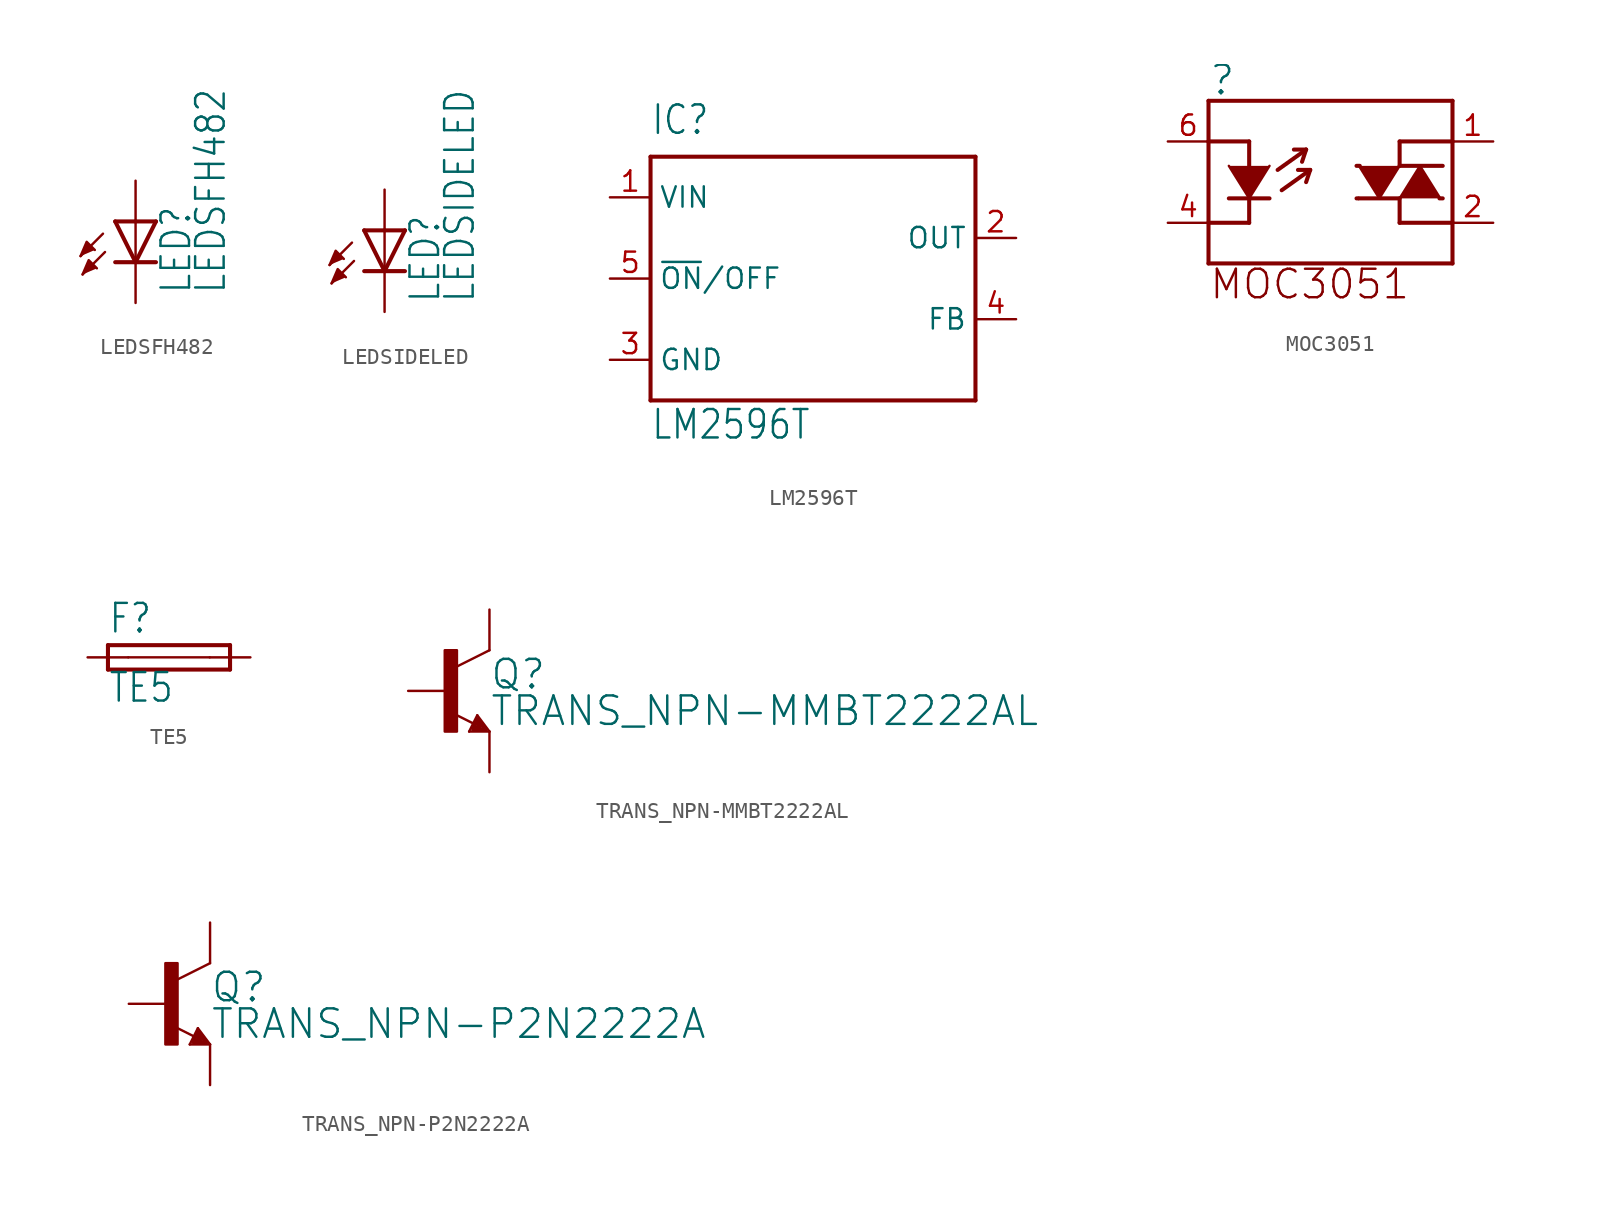
<source format=kicad_sym>
(kicad_symbol_lib
  (version 20220331)
  (generator kicad_symbol_editor)
  (symbol "LEDSFH482"
    (property "Reference" "LED"
      (at 3.556 -4.572 90)
      (effects (font (size 1.778 1.511)) (justify left bottom)))
    (property "Value" "LEDSFH482"
      (at 5.715 -4.572 90)
      (effects (font (size 1.778 1.511)) (justify left bottom)))
    (property "ki_locked" ""
      (at 0 0 0)
      (effects (font (size 1.27 1.27))))
    (symbol "LEDSFH482_1_0"
      (polyline (pts (xy -2.032 -0.762) (xy -3.429 -2.159)) (stroke (width 0.152) (type solid)) (fill (type none)))
      (polyline (pts (xy -1.905 -1.905) (xy -3.302 -3.302)) (stroke (width 0.152) (type solid)) (fill (type none)))
      (polyline (pts (xy 0 -2.54) (xy -1.27 -2.54)) (stroke (width 0.254) (type solid)) (fill (type none)))
      (polyline (pts (xy 0 -2.54) (xy -1.27 0)) (stroke (width 0.254) (type solid)) (fill (type none)))
      (polyline (pts (xy 0 0) (xy -1.27 0)) (stroke (width 0.254) (type solid)) (fill (type none)))
      (polyline (pts (xy 0 0) (xy 0 -2.54)) (stroke (width 0.152) (type solid)) (fill (type none)))
      (polyline (pts (xy 1.27 -2.54) (xy 0 -2.54)) (stroke (width 0.254) (type solid)) (fill (type none)))
      (polyline (pts (xy 1.27 0) (xy 0 -2.54)) (stroke (width 0.254) (type solid)) (fill (type none)))
      (polyline (pts (xy 1.27 0) (xy 0 0)) (stroke (width 0.254) (type solid)) (fill (type none)))
      (polyline (pts (xy -3.429 -2.159) (xy -3.048 -1.27) (xy -2.54 -1.778)) (stroke (width 0) (type default)) (fill (type outline)))
      (polyline (pts (xy -3.302 -3.302) (xy -2.921 -2.413) (xy -2.413 -2.921)) (stroke (width 0) (type default)) (fill (type outline)))
      (pin passive line (at 0 2.54 270) (length 2.54) (name "A" (effects (font (size 0 0)))) (number "A" (effects (font (size 0 0)))))
      (pin passive line (at 0 -5.08 90) (length 2.54) (name "C" (effects (font (size 0 0)))) (number "K" (effects (font (size 0 0)))))))
  (symbol "LEDSIDELED"
    (property "Reference" "LED"
      (at 3.556 -4.572 90)
      (effects (font (size 1.778 1.511)) (justify left bottom)))
    (property "Value" "LEDSIDELED"
      (at 5.715 -4.572 90)
      (effects (font (size 1.778 1.511)) (justify left bottom)))
    (property "ki_locked" ""
      (at 0 0 0)
      (effects (font (size 1.27 1.27))))
    (symbol "LEDSIDELED_1_0"
      (polyline (pts (xy -2.032 -0.762) (xy -3.429 -2.159)) (stroke (width 0.152) (type solid)) (fill (type none)))
      (polyline (pts (xy -1.905 -1.905) (xy -3.302 -3.302)) (stroke (width 0.152) (type solid)) (fill (type none)))
      (polyline (pts (xy 0 -2.54) (xy -1.27 -2.54)) (stroke (width 0.254) (type solid)) (fill (type none)))
      (polyline (pts (xy 0 -2.54) (xy -1.27 0)) (stroke (width 0.254) (type solid)) (fill (type none)))
      (polyline (pts (xy 0 0) (xy -1.27 0)) (stroke (width 0.254) (type solid)) (fill (type none)))
      (polyline (pts (xy 0 0) (xy 0 -2.54)) (stroke (width 0.152) (type solid)) (fill (type none)))
      (polyline (pts (xy 1.27 -2.54) (xy 0 -2.54)) (stroke (width 0.254) (type solid)) (fill (type none)))
      (polyline (pts (xy 1.27 0) (xy 0 -2.54)) (stroke (width 0.254) (type solid)) (fill (type none)))
      (polyline (pts (xy 1.27 0) (xy 0 0)) (stroke (width 0.254) (type solid)) (fill (type none)))
      (polyline (pts (xy -3.429 -2.159) (xy -3.048 -1.27) (xy -2.54 -1.778)) (stroke (width 0) (type default)) (fill (type outline)))
      (polyline (pts (xy -3.302 -3.302) (xy -2.921 -2.413) (xy -2.413 -2.921)) (stroke (width 0) (type default)) (fill (type outline)))
      (pin passive line (at 0 2.54 270) (length 2.54) (name "A" (effects (font (size 0 0)))) (number "A" (effects (font (size 0 0)))))
      (pin passive line (at 0 -5.08 90) (length 2.54) (name "C" (effects (font (size 0 0)))) (number "C" (effects (font (size 0 0)))))))
  (symbol "LM2596T"
    (property "Reference" "IC"
      (at -10.16 8.89 0)
      (effects (font (size 1.778 1.511)) (justify left bottom)))
    (property "Value" "LM2596T"
      (at -10.16 -10.16 0)
      (effects (font (size 1.778 1.511)) (justify left bottom)))
    (property "ki_locked" ""
      (at 0 0 0)
      (effects (font (size 1.27 1.27))))
    (symbol "LM2596T_1_0"
      (polyline (pts (xy -10.16 -7.62) (xy -10.16 7.62)) (stroke (width 0.254) (type solid)) (fill (type none)))
      (polyline (pts (xy -10.16 7.62) (xy 10.16 7.62)) (stroke (width 0.254) (type solid)) (fill (type none)))
      (polyline (pts (xy 10.16 -7.62) (xy -10.16 -7.62)) (stroke (width 0.254) (type solid)) (fill (type none)))
      (polyline (pts (xy 10.16 7.62) (xy 10.16 -7.62)) (stroke (width 0.254) (type solid)) (fill (type none)))
      (pin input line (at -12.7 5.08 0) (length 2.54) (name "VIN" (effects (font (size 1.27 1.27)))) (number "1" (effects (font (size 1.27 1.27)))))
      (pin output line (at 12.7 2.54 180) (length 2.54) (name "OUT" (effects (font (size 1.27 1.27)))) (number "2" (effects (font (size 1.27 1.27)))))
      (pin power_in line (at -12.7 -5.08 0) (length 2.54) (name "GND" (effects (font (size 1.27 1.27)))) (number "3" (effects (font (size 1.27 1.27)))))
      (pin input line (at 12.7 -2.54 180) (length 2.54) (name "FB" (effects (font (size 1.27 1.27)))) (number "4" (effects (font (size 1.27 1.27)))))
      (pin input line (at -12.7 0 0) (length 2.54) (name "~{ON}/OFF" (effects (font (size 1.27 1.27)))) (number "5" (effects (font (size 1.27 1.27)))))))
  (symbol "MOC3051"
    (property "Reference" ""
      (at -7.62 5.334 0)
      (effects (font (size 1.778 1.778)) (justify left bottom)))
    (property "ki_locked" ""
      (at 0 0 0)
      (effects (font (size 1.27 1.27))))
    (symbol "MOC3051_1_0"
      (polyline (pts (xy -7.62 -5.08) (xy -7.62 -2.54)) (stroke (width 0.254) (type solid)) (fill (type none)))
      (polyline (pts (xy -7.62 -2.54) (xy -7.62 2.54)) (stroke (width 0.254) (type solid)) (fill (type none)))
      (polyline (pts (xy -7.62 2.54) (xy -7.62 5.08)) (stroke (width 0.254) (type solid)) (fill (type none)))
      (polyline (pts (xy -7.62 2.54) (xy -5.08 2.54)) (stroke (width 0.254) (type solid)) (fill (type none)))
      (polyline (pts (xy -7.62 5.08) (xy 7.62 5.08)) (stroke (width 0.254) (type solid)) (fill (type none)))
      (polyline (pts (xy -6.35 -1.016) (xy -5.08 -1.016)) (stroke (width 0.254) (type solid)) (fill (type none)))
      (polyline (pts (xy -5.08 -2.54) (xy -7.62 -2.54)) (stroke (width 0.254) (type solid)) (fill (type none)))
      (polyline (pts (xy -5.08 -2.54) (xy -5.08 -1.016)) (stroke (width 0.254) (type solid)) (fill (type none)))
      (polyline (pts (xy -5.08 -1.016) (xy -5.08 2.54)) (stroke (width 0.254) (type solid)) (fill (type none)))
      (polyline (pts (xy -5.08 -1.016) (xy -3.81 -1.016)) (stroke (width 0.254) (type solid)) (fill (type none)))
      (polyline (pts (xy -3.302 0.762) (xy -1.524 2.032)) (stroke (width 0.254) (type solid)) (fill (type none)))
      (polyline (pts (xy -3.048 -0.508) (xy -1.27 0.762)) (stroke (width 0.254) (type solid)) (fill (type none)))
      (polyline (pts (xy -1.524 2.032) (xy -2.286 2.032)) (stroke (width 0.254) (type solid)) (fill (type none)))
      (polyline (pts (xy -1.524 2.032) (xy -1.778 1.27)) (stroke (width 0.254) (type solid)) (fill (type none)))
      (polyline (pts (xy -1.27 0.762) (xy -2.032 0.762)) (stroke (width 0.254) (type solid)) (fill (type none)))
      (polyline (pts (xy -1.27 0.762) (xy -1.524 0)) (stroke (width 0.254) (type solid)) (fill (type none)))
      (polyline (pts (xy 1.727 -1.016) (xy 1.626 -1.016)) (stroke (width 0.254) (type solid)) (fill (type none)))
      (polyline (pts (xy 1.778 -1.016) (xy 4.318 -1.016)) (stroke (width 0.254) (type solid)) (fill (type none)))
      (polyline (pts (xy 1.829 1.016) (xy 1.626 1.016)) (stroke (width 0.254) (type solid)) (fill (type none)))
      (polyline (pts (xy 4.318 -2.54) (xy 4.318 -1.016)) (stroke (width 0.254) (type solid)) (fill (type none)))
      (polyline (pts (xy 4.318 1.016) (xy 4.318 2.54)) (stroke (width 0.254) (type solid)) (fill (type none)))
      (polyline (pts (xy 6.807 -1.016) (xy 7.01 -1.016)) (stroke (width 0.254) (type solid)) (fill (type none)))
      (polyline (pts (xy 7.01 1.016) (xy 4.318 1.016)) (stroke (width 0.254) (type solid)) (fill (type none)))
      (polyline (pts (xy 7.62 -5.08) (xy -7.62 -5.08)) (stroke (width 0.254) (type solid)) (fill (type none)))
      (polyline (pts (xy 7.62 -2.54) (xy 4.318 -2.54)) (stroke (width 0.254) (type solid)) (fill (type none)))
      (polyline (pts (xy 7.62 -2.54) (xy 7.62 -5.08)) (stroke (width 0.254) (type solid)) (fill (type none)))
      (polyline (pts (xy 7.62 2.54) (xy 4.318 2.54)) (stroke (width 0.254) (type solid)) (fill (type none)))
      (polyline (pts (xy 7.62 2.54) (xy 7.62 -2.54)) (stroke (width 0.254) (type solid)) (fill (type none)))
      (polyline (pts (xy 7.62 5.08) (xy 7.62 2.54)) (stroke (width 0.254) (type solid)) (fill (type none)))
      (polyline (pts (xy -6.35 1.016) (xy -5.08 -1.016) (xy -3.81 1.016)) (stroke (width 0) (type default)) (fill (type outline)))
      (polyline (pts (xy 1.778 1.016) (xy 3.048 -1.016) (xy 4.318 1.016)) (stroke (width 0) (type default)) (fill (type outline)))
      (polyline (pts (xy 6.858 -1.016) (xy 5.588 1.016) (xy 4.318 -1.016)) (stroke (width 0) (type default)) (fill (type outline)))
      (text "MOC3051" (at -7.62 -5.334 0) (effects (font (size 1.778 1.778)) (justify left top)))
      (pin bidirectional line (at 10.16 2.54 180) (length 2.54) (name "1" (effects (font (size 0 0)))) (number "1" (effects (font (size 1.27 1.27)))))
      (pin bidirectional line (at 10.16 -2.54 180) (length 2.54) (name "2" (effects (font (size 0 0)))) (number "2" (effects (font (size 1.27 1.27)))))
      (pin bidirectional line (at -10.16 -2.54 0) (length 2.54) (name "4" (effects (font (size 0 0)))) (number "4" (effects (font (size 1.27 1.27)))))
      (pin bidirectional line (at -10.16 2.54 0) (length 2.54) (name "6" (effects (font (size 0 0)))) (number "6" (effects (font (size 1.27 1.27)))))))
  (symbol "TE5"
    (property "Reference" "F"
      (at -3.81 1.397 0)
      (effects (font (size 1.778 1.511)) (justify left bottom)))
    (property "Value" "TE5"
      (at -3.81 -2.921 0)
      (effects (font (size 1.778 1.511)) (justify left bottom)))
    (property "ki_locked" ""
      (at 0 0 0)
      (effects (font (size 1.27 1.27))))
    (symbol "TE5_1_0"
      (polyline (pts (xy -3.81 -0.762) (xy 3.81 -0.762)) (stroke (width 0.254) (type solid)) (fill (type none)))
      (polyline (pts (xy -3.81 0.762) (xy -3.81 -0.762)) (stroke (width 0.254) (type solid)) (fill (type none)))
      (polyline (pts (xy -2.54 0) (xy 2.54 0)) (stroke (width 0.152) (type solid)) (fill (type none)))
      (polyline (pts (xy 3.81 -0.762) (xy 3.81 0.762)) (stroke (width 0.254) (type solid)) (fill (type none)))
      (polyline (pts (xy 3.81 0.762) (xy -3.81 0.762)) (stroke (width 0.254) (type solid)) (fill (type none)))
      (pin passive line (at -5.08 0 0) (length 2.54) (name "1" (effects (font (size 0 0)))) (number "1" (effects (font (size 0 0)))))
      (pin passive line (at 5.08 0 180) (length 2.54) (name "2" (effects (font (size 0 0)))) (number "2" (effects (font (size 0 0)))))))
  (symbol "TRANS_NPN-MMBT2222AL"
    (property "Reference" "Q"
      (at 2.54 0 0)
      (effects (font (size 1.778 1.778)) (justify left bottom)))
    (property "Value" "TRANS_NPN-MMBT2222AL"
      (at 2.54 -2.286 0)
      (effects (font (size 1.778 1.778)) (justify left bottom)))
    (property "ki_locked" ""
      (at 0 0 0)
      (effects (font (size 1.27 1.27))))
    (symbol "TRANS_NPN-MMBT2222AL_1_0"
      (rectangle (start -0.254 -2.54) (end 0.508 2.54) (stroke (width 0) (type default)) (fill (type outline)))
      (polyline (pts (xy 1.27 -2.54) (xy 1.778 -1.524)) (stroke (width 0.152) (type solid)) (fill (type none)))
      (polyline (pts (xy 1.524 -2.413) (xy 2.286 -2.413)) (stroke (width 0.254) (type solid)) (fill (type none)))
      (polyline (pts (xy 1.524 -2.286) (xy 1.905 -2.286)) (stroke (width 0.254) (type solid)) (fill (type none)))
      (polyline (pts (xy 1.54 -2.04) (xy 0.308 -1.424)) (stroke (width 0.152) (type solid)) (fill (type none)))
      (polyline (pts (xy 1.778 -1.778) (xy 1.524 -2.286)) (stroke (width 0.254) (type solid)) (fill (type none)))
      (polyline (pts (xy 1.778 -1.524) (xy 2.54 -2.54)) (stroke (width 0.152) (type solid)) (fill (type none)))
      (polyline (pts (xy 1.905 -2.286) (xy 1.778 -2.032)) (stroke (width 0.254) (type solid)) (fill (type none)))
      (polyline (pts (xy 2.286 -2.413) (xy 1.778 -1.778)) (stroke (width 0.254) (type solid)) (fill (type none)))
      (polyline (pts (xy 2.54 -2.54) (xy 1.27 -2.54)) (stroke (width 0.152) (type solid)) (fill (type none)))
      (polyline (pts (xy 2.54 2.54) (xy 0.508 1.524)) (stroke (width 0.152) (type solid)) (fill (type none)))
      (pin passive line (at -2.54 0 0) (length 2.54) (name "B" (effects (font (size 0 0)))) (number "1" (effects (font (size 0 0)))))
      (pin passive line (at 2.54 -5.08 90) (length 2.54) (name "E" (effects (font (size 0 0)))) (number "2" (effects (font (size 0 0)))))
      (pin passive line (at 2.54 5.08 270) (length 2.54) (name "C" (effects (font (size 0 0)))) (number "3" (effects (font (size 0 0)))))))
  (symbol "TRANS_NPN-P2N2222A"
    (property "Reference" "Q"
      (at 2.54 0 0)
      (effects (font (size 1.778 1.778)) (justify left bottom)))
    (property "Value" "TRANS_NPN-P2N2222A"
      (at 2.54 -2.286 0)
      (effects (font (size 1.778 1.778)) (justify left bottom)))
    (property "ki_locked" ""
      (at 0 0 0)
      (effects (font (size 1.27 1.27))))
    (symbol "TRANS_NPN-P2N2222A_1_0"
      (rectangle (start -0.254 -2.54) (end 0.508 2.54) (stroke (width 0) (type default)) (fill (type outline)))
      (polyline (pts (xy 1.27 -2.54) (xy 1.778 -1.524)) (stroke (width 0.152) (type solid)) (fill (type none)))
      (polyline (pts (xy 1.524 -2.413) (xy 2.286 -2.413)) (stroke (width 0.254) (type solid)) (fill (type none)))
      (polyline (pts (xy 1.524 -2.286) (xy 1.905 -2.286)) (stroke (width 0.254) (type solid)) (fill (type none)))
      (polyline (pts (xy 1.54 -2.04) (xy 0.308 -1.424)) (stroke (width 0.152) (type solid)) (fill (type none)))
      (polyline (pts (xy 1.778 -1.778) (xy 1.524 -2.286)) (stroke (width 0.254) (type solid)) (fill (type none)))
      (polyline (pts (xy 1.778 -1.524) (xy 2.54 -2.54)) (stroke (width 0.152) (type solid)) (fill (type none)))
      (polyline (pts (xy 1.905 -2.286) (xy 1.778 -2.032)) (stroke (width 0.254) (type solid)) (fill (type none)))
      (polyline (pts (xy 2.286 -2.413) (xy 1.778 -1.778)) (stroke (width 0.254) (type solid)) (fill (type none)))
      (polyline (pts (xy 2.54 -2.54) (xy 1.27 -2.54)) (stroke (width 0.152) (type solid)) (fill (type none)))
      (polyline (pts (xy 2.54 2.54) (xy 0.508 1.524)) (stroke (width 0.152) (type solid)) (fill (type none)))
      (pin passive line (at 2.54 5.08 270) (length 2.54) (name "C" (effects (font (size 0 0)))) (number "1" (effects (font (size 0 0)))))
      (pin passive line (at -2.54 0 0) (length 2.54) (name "B" (effects (font (size 0 0)))) (number "2" (effects (font (size 0 0)))))
      (pin passive line (at 2.54 -5.08 90) (length 2.54) (name "E" (effects (font (size 0 0)))) (number "3" (effects (font (size 0 0))))))))
</source>
